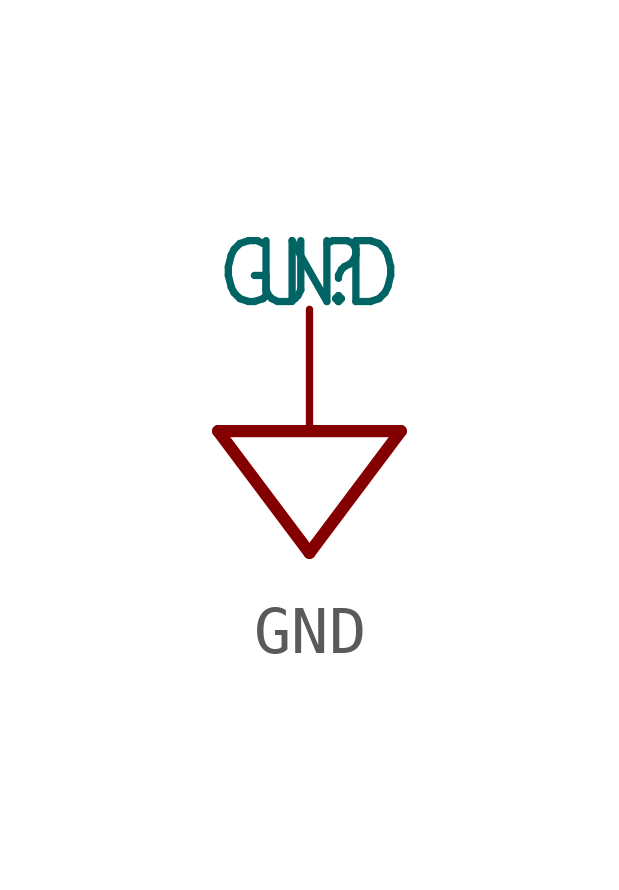
<source format=kicad_sym>
(kicad_symbol_lib
  (version 20211014)
  (generator kicad_symbol_editor)
  (symbol "GND"
    (pin_names
      (offset 1.016))
    (property "Reference" "U"
      (at 0 0 0)
      (effects (font (size 1.27 1.27)) (justify bottom)))
    (property "Value" "GND"
      (at 0 0.0 0)
      (effects (font (size 1.27 1.27)) (justify bottom)))
    (symbol "GND_0_0"
      (polyline (pts (xy 1.905 -2.54) (xy 0.0 -5.08)) (stroke (width 0.254)))
      (polyline (pts (xy 0.0 -5.08) (xy -1.905 -2.54)) (stroke (width 0.254)))
      (polyline (pts (xy -1.905 -2.54) (xy 1.905 -2.54)) (stroke (width 0.254)))
      (pin power_in line (at 0.0 0.0 270.0) (length 2.54) (name "~" (effects (font (size 1.016 1.016)))) (number "~" (effects (font (size 1.016 1.016))))))))
</source>
